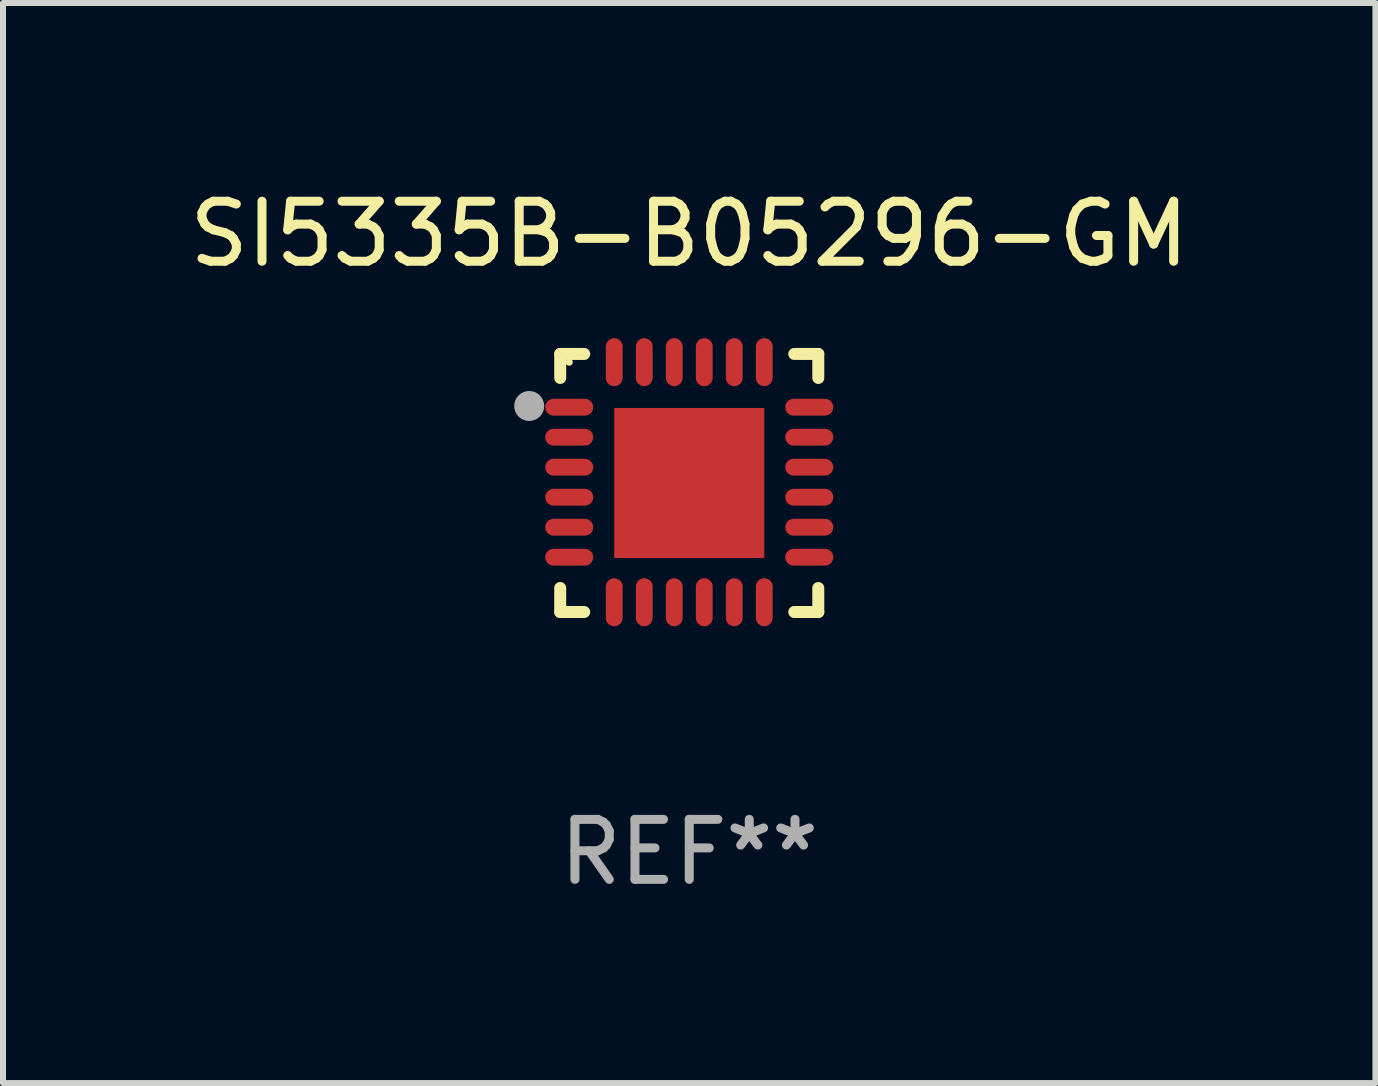
<source format=kicad_pcb>
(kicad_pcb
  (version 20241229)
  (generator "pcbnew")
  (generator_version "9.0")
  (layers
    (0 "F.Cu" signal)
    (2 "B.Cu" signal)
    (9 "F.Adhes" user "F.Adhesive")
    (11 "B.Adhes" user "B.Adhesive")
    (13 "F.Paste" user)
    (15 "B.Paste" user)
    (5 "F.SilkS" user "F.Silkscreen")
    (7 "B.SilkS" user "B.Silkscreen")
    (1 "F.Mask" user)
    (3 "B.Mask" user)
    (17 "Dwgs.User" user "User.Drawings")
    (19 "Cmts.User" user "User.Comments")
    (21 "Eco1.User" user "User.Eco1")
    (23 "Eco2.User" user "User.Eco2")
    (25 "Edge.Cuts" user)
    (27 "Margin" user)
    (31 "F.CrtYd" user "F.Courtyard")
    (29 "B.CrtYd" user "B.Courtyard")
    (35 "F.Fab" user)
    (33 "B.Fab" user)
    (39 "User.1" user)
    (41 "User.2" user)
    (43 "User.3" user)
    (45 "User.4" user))
  (footprint "SI5335B-B05296-GM"
    (layer "F.Cu")
    (at 8.435 4.998)
    (property "Reference" "SI5335B-B05296-GM" (at 0 -4.15 0) (layer "F.SilkS") (effects (font (size 1 1) (thickness 0.15))))
    (attr through_hole)
    (fp_line (start -2.15 -2.15) (end -1.75 -2.15) (stroke (width 0.2) (type solid)) (layer "F.SilkS"))
    (fp_line (start -2.15 -1.75) (end -2.15 -2.15) (stroke (width 0.2) (type solid)) (layer "F.SilkS"))
    (fp_line (start -2.15 2.15) (end -2.15 1.75) (stroke (width 0.2) (type solid)) (layer "F.SilkS"))
    (fp_line (start -1.75 2.15) (end -2.15 2.15) (stroke (width 0.2) (type solid)) (layer "F.SilkS"))
    (fp_line (start 1.75 -2.15) (end 2.15 -2.15) (stroke (width 0.2) (type solid)) (layer "F.SilkS"))
    (fp_line (start 1.75 2.15) (end 2.15 2.15) (stroke (width 0.2) (type solid)) (layer "F.SilkS"))
    (fp_line (start 2.15 -2.15) (end 2.15 -1.75) (stroke (width 0.2) (type solid)) (layer "F.SilkS"))
    (fp_line (start 2.15 2.15) (end 2.15 1.75) (stroke (width 0.2) (type solid)) (layer "F.SilkS"))
    (fp_circle (center -2 -2.013) (end -1.97 -2.013) (stroke (width 0.06) (type solid)) (fill no) (layer "F.SilkS"))
    (fp_circle (center -2.667 -1.283) (end -2.542 -1.283) (stroke (width 0.25) (type solid)) (fill no) (layer "F.Fab"))
    (fp_text user "REF**" (at 0 6.15 0) (layer "F.Fab") (effects (font (size 1 1) (thickness 0.15))))
    (pad "1" smd oval (at -2 -1.263) (size 0.8 0.28) (layers "F.Cu" "F.Mask" "F.Paste"))
    (pad "2" smd oval (at -2 -0.763) (size 0.8 0.28) (layers "F.Cu" "F.Mask" "F.Paste"))
    (pad "3" smd oval (at -2 -0.263) (size 0.8 0.28) (layers "F.Cu" "F.Mask" "F.Paste"))
    (pad "4" smd oval (at -2 0.237) (size 0.8 0.28) (layers "F.Cu" "F.Mask" "F.Paste"))
    (pad "5" smd oval (at -2 0.737) (size 0.8 0.28) (layers "F.Cu" "F.Mask" "F.Paste"))
    (pad "6" smd oval (at -2 1.237) (size 0.8 0.28) (layers "F.Cu" "F.Mask" "F.Paste"))
    (pad "7" smd oval (at -1.25 1.987) (size 0.28 0.8) (layers "F.Cu" "F.Mask" "F.Paste"))
    (pad "8" smd oval (at -0.75 1.987) (size 0.28 0.8) (layers "F.Cu" "F.Mask" "F.Paste"))
    (pad "9" smd oval (at -0.25 1.987) (size 0.28 0.8) (layers "F.Cu" "F.Mask" "F.Paste"))
    (pad "10" smd oval (at 0.25 1.987) (size 0.28 0.8) (layers "F.Cu" "F.Mask" "F.Paste"))
    (pad "11" smd oval (at 0.75 1.987) (size 0.28 0.8) (layers "F.Cu" "F.Mask" "F.Paste"))
    (pad "12" smd oval (at 1.25 1.987) (size 0.28 0.8) (layers "F.Cu" "F.Mask" "F.Paste"))
    (pad "13" smd oval (at 2 1.237) (size 0.8 0.28) (layers "F.Cu" "F.Mask" "F.Paste"))
    (pad "14" smd oval (at 2 0.737) (size 0.8 0.28) (layers "F.Cu" "F.Mask" "F.Paste"))
    (pad "15" smd oval (at 2 0.237) (size 0.8 0.28) (layers "F.Cu" "F.Mask" "F.Paste"))
    (pad "16" smd oval (at 2 -0.263) (size 0.8 0.28) (layers "F.Cu" "F.Mask" "F.Paste"))
    (pad "17" smd oval (at 2 -0.763) (size 0.8 0.28) (layers "F.Cu" "F.Mask" "F.Paste"))
    (pad "18" smd oval (at 2 -1.263) (size 0.8 0.28) (layers "F.Cu" "F.Mask" "F.Paste"))
    (pad "19" smd oval (at 1.25 -2.013) (size 0.28 0.8) (layers "F.Cu" "F.Mask" "F.Paste"))
    (pad "20" smd oval (at 0.75 -2.013) (size 0.28 0.8) (layers "F.Cu" "F.Mask" "F.Paste"))
    (pad "21" smd oval (at 0.25 -2.013) (size 0.28 0.8) (layers "F.Cu" "F.Mask" "F.Paste"))
    (pad "22" smd oval (at -0.25 -2.013) (size 0.28 0.8) (layers "F.Cu" "F.Mask" "F.Paste"))
    (pad "23" smd oval (at -0.75 -2.013) (size 0.28 0.8) (layers "F.Cu" "F.Mask" "F.Paste"))
    (pad "24" smd oval (at -1.25 -2.013) (size 0.28 0.8) (layers "F.Cu" "F.Mask" "F.Paste"))
    (pad "25" smd rect (at -0.000127 -0.00014) (size 2.5 2.5) (layers "F.Cu" "F.Mask" "F.Paste")))
  (gr_rect
    (start -3 -3)
    (end 19.869 14.997)
    (stroke (width 0.1) (type default))
    (fill no)
    (layer "Edge.Cuts")))
</source>
